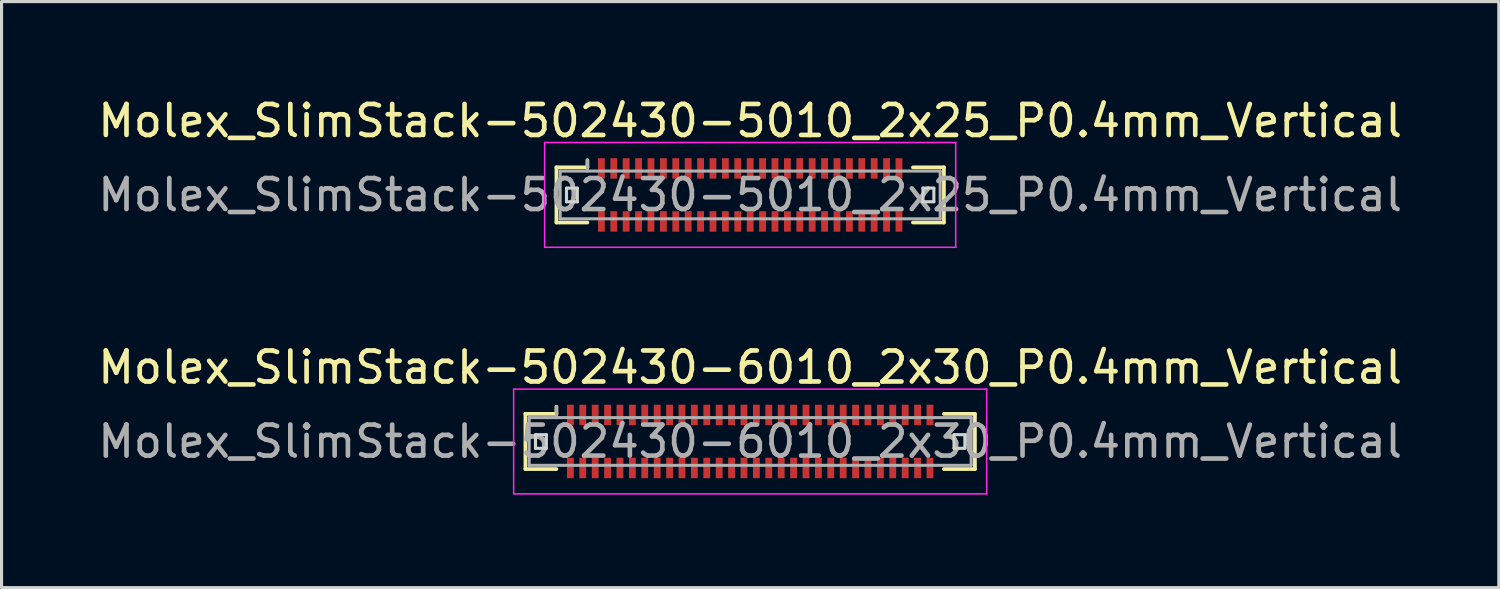
<source format=kicad_pcb>
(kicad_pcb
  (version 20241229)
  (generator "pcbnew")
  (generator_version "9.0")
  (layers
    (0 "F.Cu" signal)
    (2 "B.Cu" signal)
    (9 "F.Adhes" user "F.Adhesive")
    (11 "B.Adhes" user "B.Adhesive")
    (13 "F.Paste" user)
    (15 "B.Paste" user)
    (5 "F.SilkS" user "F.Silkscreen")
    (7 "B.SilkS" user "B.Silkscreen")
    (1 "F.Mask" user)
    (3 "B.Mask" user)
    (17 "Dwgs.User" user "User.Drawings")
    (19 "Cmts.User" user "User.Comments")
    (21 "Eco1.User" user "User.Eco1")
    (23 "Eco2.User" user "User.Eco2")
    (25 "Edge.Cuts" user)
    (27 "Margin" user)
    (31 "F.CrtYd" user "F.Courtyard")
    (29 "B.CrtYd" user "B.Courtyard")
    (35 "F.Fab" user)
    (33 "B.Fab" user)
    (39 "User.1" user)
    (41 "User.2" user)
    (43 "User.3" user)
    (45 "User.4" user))
  (footprint "Molex_SlimStack-502430-5010_2x25_P0.4mm_Vertical"
    (layer "F.Cu")
    (at 21.149 3.238)
    (property "Reference" "Molex_SlimStack-502430-5010_2x25_P0.4mm_Vertical" (at 0 -2.39 0) (layer "F.SilkS") (effects (font (size 1 1) (thickness 0.15))))
    (attr smd)
    (fp_line (start -6.25 -0.89) (end -5.25 -0.89) (stroke (width 0.12) (type solid)) (layer "F.SilkS"))
    (fp_line (start -6.25 0.89) (end -6.25 -0.89) (stroke (width 0.12) (type solid)) (layer "F.SilkS"))
    (fp_line (start -5.25 -0.89) (end -5.25 -1.12) (stroke (width 0.12) (type solid)) (layer "F.SilkS"))
    (fp_line (start -5.25 0.89) (end -6.25 0.89) (stroke (width 0.12) (type solid)) (layer "F.SilkS"))
    (fp_line (start 5.25 0.89) (end 6.25 0.89) (stroke (width 0.12) (type solid)) (layer "F.SilkS"))
    (fp_line (start 6.25 -0.89) (end 5.25 -0.89) (stroke (width 0.12) (type solid)) (layer "F.SilkS"))
    (fp_line (start 6.25 0.89) (end 6.25 -0.89) (stroke (width 0.12) (type solid)) (layer "F.SilkS"))
    (fp_line (start -5.925 -0.22) (end -5.925 0.22) (stroke (width 0.1) (type solid)) (layer "Edge.Cuts"))
    (fp_line (start -5.925 0.22) (end -5.575 0.22) (stroke (width 0.1) (type solid)) (layer "Edge.Cuts"))
    (fp_line (start -5.575 -0.22) (end -5.925 -0.22) (stroke (width 0.1) (type solid)) (layer "Edge.Cuts"))
    (fp_line (start -5.575 0.22) (end -5.575 -0.22) (stroke (width 0.1) (type solid)) (layer "Edge.Cuts"))
    (fp_line (start 5.575 -0.22) (end 5.575 0.22) (stroke (width 0.1) (type solid)) (layer "Edge.Cuts"))
    (fp_line (start 5.575 0.22) (end 5.925 0.22) (stroke (width 0.1) (type solid)) (layer "Edge.Cuts"))
    (fp_line (start 5.925 -0.22) (end 5.575 -0.22) (stroke (width 0.1) (type solid)) (layer "Edge.Cuts"))
    (fp_line (start 5.925 0.22) (end 5.925 -0.22) (stroke (width 0.1) (type solid)) (layer "Edge.Cuts"))
    (fp_line (start -6.63 -1.69) (end -6.63 1.69) (stroke (width 0.05) (type solid)) (layer "F.CrtYd"))
    (fp_line (start -6.63 1.69) (end 6.63 1.69) (stroke (width 0.05) (type solid)) (layer "F.CrtYd"))
    (fp_line (start 6.63 -1.69) (end -6.63 -1.69) (stroke (width 0.05) (type solid)) (layer "F.CrtYd"))
    (fp_line (start 6.63 1.69) (end 6.63 -1.69) (stroke (width 0.05) (type solid)) (layer "F.CrtYd"))
    (fp_line (start -6.13 -0.77) (end -6.13 0.77) (stroke (width 0.1) (type solid)) (layer "F.Fab"))
    (fp_line (start -6.13 0.77) (end 6.13 0.77) (stroke (width 0.1) (type solid)) (layer "F.Fab"))
    (fp_line (start -5.25 -0.77) (end -5.25 -1.12) (stroke (width 0.1) (type solid)) (layer "F.Fab"))
    (fp_line (start 6.13 -0.77) (end -6.13 -0.77) (stroke (width 0.1) (type solid)) (layer "F.Fab"))
    (fp_line (start 6.13 0.77) (end 6.13 -0.77) (stroke (width 0.1) (type solid)) (layer "F.Fab"))
    (fp_text user "${REFERENCE}" (at 0 0 0) (layer "F.Fab") (effects (font (size 1 1) (thickness 0.15))))
    (pad "1" smd rect (at -4.8 -0.855) (size 0.22 0.66) (layers "F.Cu" "F.Mask" "F.Paste"))
    (pad "2" smd rect (at -4.8 0.855) (size 0.22 0.66) (layers "F.Cu" "F.Mask" "F.Paste"))
    (pad "3" smd rect (at -4.4 -0.855) (size 0.22 0.66) (layers "F.Cu" "F.Mask" "F.Paste"))
    (pad "4" smd rect (at -4.4 0.855) (size 0.22 0.66) (layers "F.Cu" "F.Mask" "F.Paste"))
    (pad "5" smd rect (at -4 -0.855) (size 0.22 0.66) (layers "F.Cu" "F.Mask" "F.Paste"))
    (pad "6" smd rect (at -4 0.855) (size 0.22 0.66) (layers "F.Cu" "F.Mask" "F.Paste"))
    (pad "7" smd rect (at -3.6 -0.855) (size 0.22 0.66) (layers "F.Cu" "F.Mask" "F.Paste"))
    (pad "8" smd rect (at -3.6 0.855) (size 0.22 0.66) (layers "F.Cu" "F.Mask" "F.Paste"))
    (pad "9" smd rect (at -3.2 -0.855) (size 0.22 0.66) (layers "F.Cu" "F.Mask" "F.Paste"))
    (pad "10" smd rect (at -3.2 0.855) (size 0.22 0.66) (layers "F.Cu" "F.Mask" "F.Paste"))
    (pad "11" smd rect (at -2.8 -0.855) (size 0.22 0.66) (layers "F.Cu" "F.Mask" "F.Paste"))
    (pad "12" smd rect (at -2.8 0.855) (size 0.22 0.66) (layers "F.Cu" "F.Mask" "F.Paste"))
    (pad "13" smd rect (at -2.4 -0.855) (size 0.22 0.66) (layers "F.Cu" "F.Mask" "F.Paste"))
    (pad "14" smd rect (at -2.4 0.855) (size 0.22 0.66) (layers "F.Cu" "F.Mask" "F.Paste"))
    (pad "15" smd rect (at -2 -0.855) (size 0.22 0.66) (layers "F.Cu" "F.Mask" "F.Paste"))
    (pad "16" smd rect (at -2 0.855) (size 0.22 0.66) (layers "F.Cu" "F.Mask" "F.Paste"))
    (pad "17" smd rect (at -1.6 -0.855) (size 0.22 0.66) (layers "F.Cu" "F.Mask" "F.Paste"))
    (pad "18" smd rect (at -1.6 0.855) (size 0.22 0.66) (layers "F.Cu" "F.Mask" "F.Paste"))
    (pad "19" smd rect (at -1.2 -0.855) (size 0.22 0.66) (layers "F.Cu" "F.Mask" "F.Paste"))
    (pad "20" smd rect (at -1.2 0.855) (size 0.22 0.66) (layers "F.Cu" "F.Mask" "F.Paste"))
    (pad "21" smd rect (at -0.8 -0.855) (size 0.22 0.66) (layers "F.Cu" "F.Mask" "F.Paste"))
    (pad "22" smd rect (at -0.8 0.855) (size 0.22 0.66) (layers "F.Cu" "F.Mask" "F.Paste"))
    (pad "23" smd rect (at -0.4 -0.855) (size 0.22 0.66) (layers "F.Cu" "F.Mask" "F.Paste"))
    (pad "24" smd rect (at -0.4 0.855) (size 0.22 0.66) (layers "F.Cu" "F.Mask" "F.Paste"))
    (pad "25" smd rect (at 0 -0.855) (size 0.22 0.66) (layers "F.Cu" "F.Mask" "F.Paste"))
    (pad "26" smd rect (at 0 0.855) (size 0.22 0.66) (layers "F.Cu" "F.Mask" "F.Paste"))
    (pad "27" smd rect (at 0.4 -0.855) (size 0.22 0.66) (layers "F.Cu" "F.Mask" "F.Paste"))
    (pad "28" smd rect (at 0.4 0.855) (size 0.22 0.66) (layers "F.Cu" "F.Mask" "F.Paste"))
    (pad "29" smd rect (at 0.8 -0.855) (size 0.22 0.66) (layers "F.Cu" "F.Mask" "F.Paste"))
    (pad "30" smd rect (at 0.8 0.855) (size 0.22 0.66) (layers "F.Cu" "F.Mask" "F.Paste"))
    (pad "31" smd rect (at 1.2 -0.855) (size 0.22 0.66) (layers "F.Cu" "F.Mask" "F.Paste"))
    (pad "32" smd rect (at 1.2 0.855) (size 0.22 0.66) (layers "F.Cu" "F.Mask" "F.Paste"))
    (pad "33" smd rect (at 1.6 -0.855) (size 0.22 0.66) (layers "F.Cu" "F.Mask" "F.Paste"))
    (pad "34" smd rect (at 1.6 0.855) (size 0.22 0.66) (layers "F.Cu" "F.Mask" "F.Paste"))
    (pad "35" smd rect (at 2 -0.855) (size 0.22 0.66) (layers "F.Cu" "F.Mask" "F.Paste"))
    (pad "36" smd rect (at 2 0.855) (size 0.22 0.66) (layers "F.Cu" "F.Mask" "F.Paste"))
    (pad "37" smd rect (at 2.4 -0.855) (size 0.22 0.66) (layers "F.Cu" "F.Mask" "F.Paste"))
    (pad "38" smd rect (at 2.4 0.855) (size 0.22 0.66) (layers "F.Cu" "F.Mask" "F.Paste"))
    (pad "39" smd rect (at 2.8 -0.855) (size 0.22 0.66) (layers "F.Cu" "F.Mask" "F.Paste"))
    (pad "40" smd rect (at 2.8 0.855) (size 0.22 0.66) (layers "F.Cu" "F.Mask" "F.Paste"))
    (pad "41" smd rect (at 3.2 -0.855) (size 0.22 0.66) (layers "F.Cu" "F.Mask" "F.Paste"))
    (pad "42" smd rect (at 3.2 0.855) (size 0.22 0.66) (layers "F.Cu" "F.Mask" "F.Paste"))
    (pad "43" smd rect (at 3.6 -0.855) (size 0.22 0.66) (layers "F.Cu" "F.Mask" "F.Paste"))
    (pad "44" smd rect (at 3.6 0.855) (size 0.22 0.66) (layers "F.Cu" "F.Mask" "F.Paste"))
    (pad "45" smd rect (at 4 -0.855) (size 0.22 0.66) (layers "F.Cu" "F.Mask" "F.Paste"))
    (pad "46" smd rect (at 4 0.855) (size 0.22 0.66) (layers "F.Cu" "F.Mask" "F.Paste"))
    (pad "47" smd rect (at 4.4 -0.855) (size 0.22 0.66) (layers "F.Cu" "F.Mask" "F.Paste"))
    (pad "48" smd rect (at 4.4 0.855) (size 0.22 0.66) (layers "F.Cu" "F.Mask" "F.Paste"))
    (pad "49" smd rect (at 4.8 -0.855) (size 0.22 0.66) (layers "F.Cu" "F.Mask" "F.Paste"))
    (pad "50" smd rect (at 4.8 0.855) (size 0.22 0.66) (layers "F.Cu" "F.Mask" "F.Paste")))
  (footprint "Molex_SlimStack-502430-6010_2x30_P0.4mm_Vertical"
    (layer "F.Cu")
    (at 21.149 11.191)
    (property "Reference" "Molex_SlimStack-502430-6010_2x30_P0.4mm_Vertical" (at 0 -2.39 0) (layer "F.SilkS") (effects (font (size 1 1) (thickness 0.15))))
    (attr smd)
    (fp_line (start -7.25 -0.89) (end -6.25 -0.89) (stroke (width 0.12) (type solid)) (layer "F.SilkS"))
    (fp_line (start -7.25 0.89) (end -7.25 -0.89) (stroke (width 0.12) (type solid)) (layer "F.SilkS"))
    (fp_line (start -6.25 -0.89) (end -6.25 -1.12) (stroke (width 0.12) (type solid)) (layer "F.SilkS"))
    (fp_line (start -6.25 0.89) (end -7.25 0.89) (stroke (width 0.12) (type solid)) (layer "F.SilkS"))
    (fp_line (start 6.25 0.89) (end 7.25 0.89) (stroke (width 0.12) (type solid)) (layer "F.SilkS"))
    (fp_line (start 7.25 -0.89) (end 6.25 -0.89) (stroke (width 0.12) (type solid)) (layer "F.SilkS"))
    (fp_line (start 7.25 0.89) (end 7.25 -0.89) (stroke (width 0.12) (type solid)) (layer "F.SilkS"))
    (fp_line (start -6.925 -0.22) (end -6.925 0.22) (stroke (width 0.1) (type solid)) (layer "Edge.Cuts"))
    (fp_line (start -6.925 0.22) (end -6.575 0.22) (stroke (width 0.1) (type solid)) (layer "Edge.Cuts"))
    (fp_line (start -6.575 -0.22) (end -6.925 -0.22) (stroke (width 0.1) (type solid)) (layer "Edge.Cuts"))
    (fp_line (start -6.575 0.22) (end -6.575 -0.22) (stroke (width 0.1) (type solid)) (layer "Edge.Cuts"))
    (fp_line (start 6.575 -0.22) (end 6.575 0.22) (stroke (width 0.1) (type solid)) (layer "Edge.Cuts"))
    (fp_line (start 6.575 0.22) (end 6.925 0.22) (stroke (width 0.1) (type solid)) (layer "Edge.Cuts"))
    (fp_line (start 6.925 -0.22) (end 6.575 -0.22) (stroke (width 0.1) (type solid)) (layer "Edge.Cuts"))
    (fp_line (start 6.925 0.22) (end 6.925 -0.22) (stroke (width 0.1) (type solid)) (layer "Edge.Cuts"))
    (fp_line (start -7.63 -1.69) (end -7.63 1.69) (stroke (width 0.05) (type solid)) (layer "F.CrtYd"))
    (fp_line (start -7.63 1.69) (end 7.63 1.69) (stroke (width 0.05) (type solid)) (layer "F.CrtYd"))
    (fp_line (start 7.63 -1.69) (end -7.63 -1.69) (stroke (width 0.05) (type solid)) (layer "F.CrtYd"))
    (fp_line (start 7.63 1.69) (end 7.63 -1.69) (stroke (width 0.05) (type solid)) (layer "F.CrtYd"))
    (fp_line (start -7.13 -0.77) (end -7.13 0.77) (stroke (width 0.1) (type solid)) (layer "F.Fab"))
    (fp_line (start -7.13 0.77) (end 7.13 0.77) (stroke (width 0.1) (type solid)) (layer "F.Fab"))
    (fp_line (start -6.25 -0.77) (end -6.25 -1.12) (stroke (width 0.1) (type solid)) (layer "F.Fab"))
    (fp_line (start 7.13 -0.77) (end -7.13 -0.77) (stroke (width 0.1) (type solid)) (layer "F.Fab"))
    (fp_line (start 7.13 0.77) (end 7.13 -0.77) (stroke (width 0.1) (type solid)) (layer "F.Fab"))
    (fp_text user "${REFERENCE}" (at 0 0 0) (layer "F.Fab") (effects (font (size 1 1) (thickness 0.15))))
    (pad "1" smd rect (at -5.8 -0.855) (size 0.22 0.66) (layers "F.Cu" "F.Mask" "F.Paste"))
    (pad "2" smd rect (at -5.8 0.855) (size 0.22 0.66) (layers "F.Cu" "F.Mask" "F.Paste"))
    (pad "3" smd rect (at -5.4 -0.855) (size 0.22 0.66) (layers "F.Cu" "F.Mask" "F.Paste"))
    (pad "4" smd rect (at -5.4 0.855) (size 0.22 0.66) (layers "F.Cu" "F.Mask" "F.Paste"))
    (pad "5" smd rect (at -5 -0.855) (size 0.22 0.66) (layers "F.Cu" "F.Mask" "F.Paste"))
    (pad "6" smd rect (at -5 0.855) (size 0.22 0.66) (layers "F.Cu" "F.Mask" "F.Paste"))
    (pad "7" smd rect (at -4.6 -0.855) (size 0.22 0.66) (layers "F.Cu" "F.Mask" "F.Paste"))
    (pad "8" smd rect (at -4.6 0.855) (size 0.22 0.66) (layers "F.Cu" "F.Mask" "F.Paste"))
    (pad "9" smd rect (at -4.2 -0.855) (size 0.22 0.66) (layers "F.Cu" "F.Mask" "F.Paste"))
    (pad "10" smd rect (at -4.2 0.855) (size 0.22 0.66) (layers "F.Cu" "F.Mask" "F.Paste"))
    (pad "11" smd rect (at -3.8 -0.855) (size 0.22 0.66) (layers "F.Cu" "F.Mask" "F.Paste"))
    (pad "12" smd rect (at -3.8 0.855) (size 0.22 0.66) (layers "F.Cu" "F.Mask" "F.Paste"))
    (pad "13" smd rect (at -3.4 -0.855) (size 0.22 0.66) (layers "F.Cu" "F.Mask" "F.Paste"))
    (pad "14" smd rect (at -3.4 0.855) (size 0.22 0.66) (layers "F.Cu" "F.Mask" "F.Paste"))
    (pad "15" smd rect (at -3 -0.855) (size 0.22 0.66) (layers "F.Cu" "F.Mask" "F.Paste"))
    (pad "16" smd rect (at -3 0.855) (size 0.22 0.66) (layers "F.Cu" "F.Mask" "F.Paste"))
    (pad "17" smd rect (at -2.6 -0.855) (size 0.22 0.66) (layers "F.Cu" "F.Mask" "F.Paste"))
    (pad "18" smd rect (at -2.6 0.855) (size 0.22 0.66) (layers "F.Cu" "F.Mask" "F.Paste"))
    (pad "19" smd rect (at -2.2 -0.855) (size 0.22 0.66) (layers "F.Cu" "F.Mask" "F.Paste"))
    (pad "20" smd rect (at -2.2 0.855) (size 0.22 0.66) (layers "F.Cu" "F.Mask" "F.Paste"))
    (pad "21" smd rect (at -1.8 -0.855) (size 0.22 0.66) (layers "F.Cu" "F.Mask" "F.Paste"))
    (pad "22" smd rect (at -1.8 0.855) (size 0.22 0.66) (layers "F.Cu" "F.Mask" "F.Paste"))
    (pad "23" smd rect (at -1.4 -0.855) (size 0.22 0.66) (layers "F.Cu" "F.Mask" "F.Paste"))
    (pad "24" smd rect (at -1.4 0.855) (size 0.22 0.66) (layers "F.Cu" "F.Mask" "F.Paste"))
    (pad "25" smd rect (at -1 -0.855) (size 0.22 0.66) (layers "F.Cu" "F.Mask" "F.Paste"))
    (pad "26" smd rect (at -1 0.855) (size 0.22 0.66) (layers "F.Cu" "F.Mask" "F.Paste"))
    (pad "27" smd rect (at -0.6 -0.855) (size 0.22 0.66) (layers "F.Cu" "F.Mask" "F.Paste"))
    (pad "28" smd rect (at -0.6 0.855) (size 0.22 0.66) (layers "F.Cu" "F.Mask" "F.Paste"))
    (pad "29" smd rect (at -0.2 -0.855) (size 0.22 0.66) (layers "F.Cu" "F.Mask" "F.Paste"))
    (pad "30" smd rect (at -0.2 0.855) (size 0.22 0.66) (layers "F.Cu" "F.Mask" "F.Paste"))
    (pad "31" smd rect (at 0.2 -0.855) (size 0.22 0.66) (layers "F.Cu" "F.Mask" "F.Paste"))
    (pad "32" smd rect (at 0.2 0.855) (size 0.22 0.66) (layers "F.Cu" "F.Mask" "F.Paste"))
    (pad "33" smd rect (at 0.6 -0.855) (size 0.22 0.66) (layers "F.Cu" "F.Mask" "F.Paste"))
    (pad "34" smd rect (at 0.6 0.855) (size 0.22 0.66) (layers "F.Cu" "F.Mask" "F.Paste"))
    (pad "35" smd rect (at 1 -0.855) (size 0.22 0.66) (layers "F.Cu" "F.Mask" "F.Paste"))
    (pad "36" smd rect (at 1 0.855) (size 0.22 0.66) (layers "F.Cu" "F.Mask" "F.Paste"))
    (pad "37" smd rect (at 1.4 -0.855) (size 0.22 0.66) (layers "F.Cu" "F.Mask" "F.Paste"))
    (pad "38" smd rect (at 1.4 0.855) (size 0.22 0.66) (layers "F.Cu" "F.Mask" "F.Paste"))
    (pad "39" smd rect (at 1.8 -0.855) (size 0.22 0.66) (layers "F.Cu" "F.Mask" "F.Paste"))
    (pad "40" smd rect (at 1.8 0.855) (size 0.22 0.66) (layers "F.Cu" "F.Mask" "F.Paste"))
    (pad "41" smd rect (at 2.2 -0.855) (size 0.22 0.66) (layers "F.Cu" "F.Mask" "F.Paste"))
    (pad "42" smd rect (at 2.2 0.855) (size 0.22 0.66) (layers "F.Cu" "F.Mask" "F.Paste"))
    (pad "43" smd rect (at 2.6 -0.855) (size 0.22 0.66) (layers "F.Cu" "F.Mask" "F.Paste"))
    (pad "44" smd rect (at 2.6 0.855) (size 0.22 0.66) (layers "F.Cu" "F.Mask" "F.Paste"))
    (pad "45" smd rect (at 3 -0.855) (size 0.22 0.66) (layers "F.Cu" "F.Mask" "F.Paste"))
    (pad "46" smd rect (at 3 0.855) (size 0.22 0.66) (layers "F.Cu" "F.Mask" "F.Paste"))
    (pad "47" smd rect (at 3.4 -0.855) (size 0.22 0.66) (layers "F.Cu" "F.Mask" "F.Paste"))
    (pad "48" smd rect (at 3.4 0.855) (size 0.22 0.66) (layers "F.Cu" "F.Mask" "F.Paste"))
    (pad "49" smd rect (at 3.8 -0.855) (size 0.22 0.66) (layers "F.Cu" "F.Mask" "F.Paste"))
    (pad "50" smd rect (at 3.8 0.855) (size 0.22 0.66) (layers "F.Cu" "F.Mask" "F.Paste"))
    (pad "51" smd rect (at 4.2 -0.855) (size 0.22 0.66) (layers "F.Cu" "F.Mask" "F.Paste"))
    (pad "52" smd rect (at 4.2 0.855) (size 0.22 0.66) (layers "F.Cu" "F.Mask" "F.Paste"))
    (pad "53" smd rect (at 4.6 -0.855) (size 0.22 0.66) (layers "F.Cu" "F.Mask" "F.Paste"))
    (pad "54" smd rect (at 4.6 0.855) (size 0.22 0.66) (layers "F.Cu" "F.Mask" "F.Paste"))
    (pad "55" smd rect (at 5 -0.855) (size 0.22 0.66) (layers "F.Cu" "F.Mask" "F.Paste"))
    (pad "56" smd rect (at 5 0.855) (size 0.22 0.66) (layers "F.Cu" "F.Mask" "F.Paste"))
    (pad "57" smd rect (at 5.4 -0.855) (size 0.22 0.66) (layers "F.Cu" "F.Mask" "F.Paste"))
    (pad "58" smd rect (at 5.4 0.855) (size 0.22 0.66) (layers "F.Cu" "F.Mask" "F.Paste"))
    (pad "59" smd rect (at 5.8 -0.855) (size 0.22 0.66) (layers "F.Cu" "F.Mask" "F.Paste"))
    (pad "60" smd rect (at 5.8 0.855) (size 0.22 0.66) (layers "F.Cu" "F.Mask" "F.Paste")))
  (gr_rect
    (start -3 -3)
    (end 45.298 15.906)
    (stroke (width 0.1) (type default))
    (fill no)
    (layer "Edge.Cuts")))
</source>
